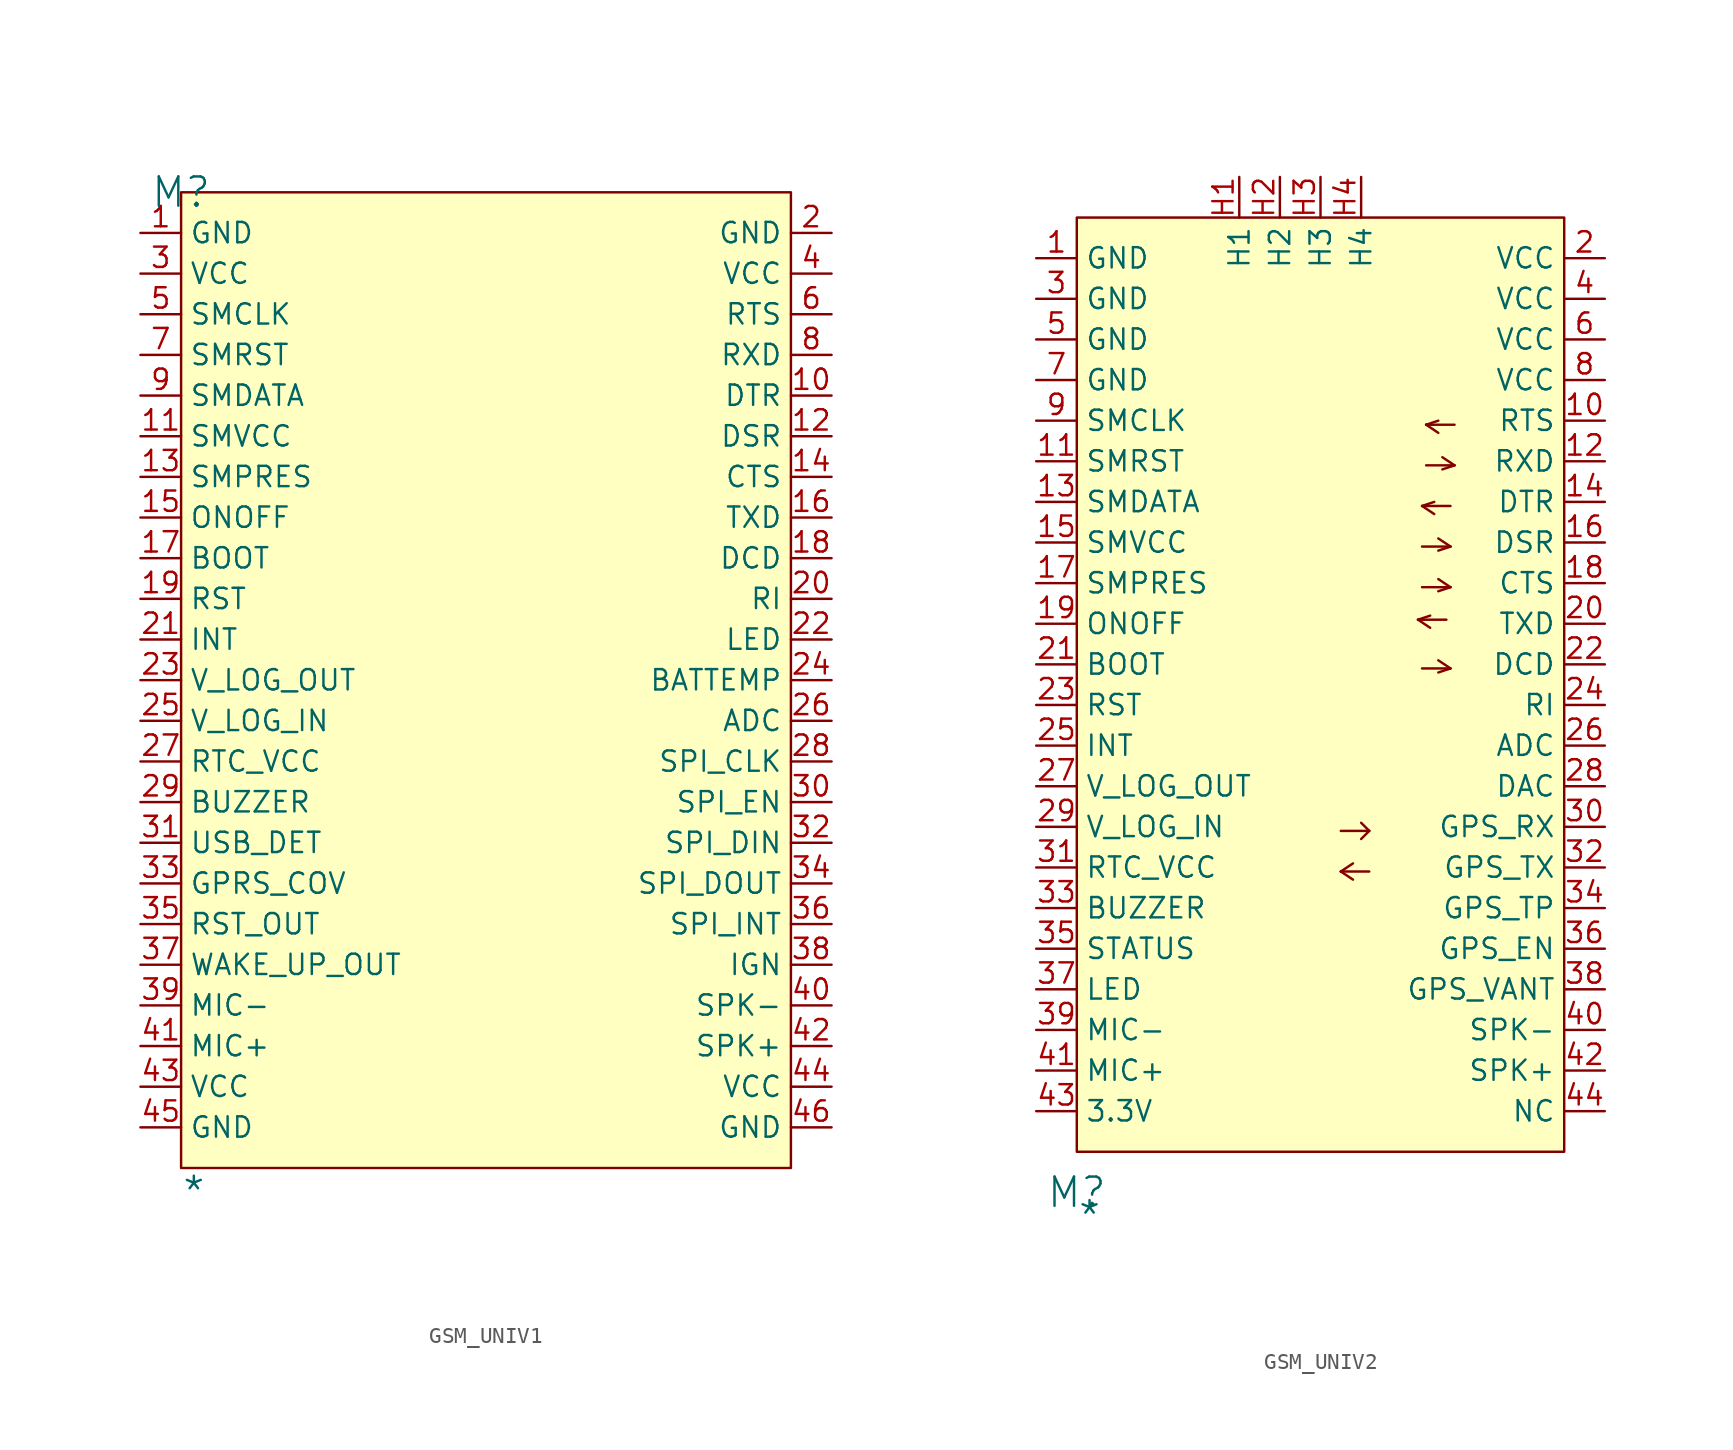
<source format=kicad_sym>
(kicad_symbol_lib
  (version 20241209)
  (generator "kicad_symbol_editor")
  (generator_version "9.0")
  (symbol "GSM_UNIV1"
    (property "Reference" "M"
      (at 0 0 0)
      (effects (font (size 1.829 1.829))))
    (property "Value" "*"
      (at 0 -63.5 0)
      (effects (font (size 1.829 1.829)) (justify left bottom)))
    (symbol "GSM_UNIV1_1_0"
      (rectangle (start 38.1 0) (end 0 -60.96) (stroke (width 0) (type solid) (color 128 0 0 1)) (fill (type background)))
      (pin passive line (at -2.54 -2.54 0) (length 2.54) (name "GND" (effects (font (size 1.27 1.27)))) (number "1" (effects (font (size 1.27 1.27)))))
      (pin passive line (at -2.54 -5.08 0) (length 2.54) (name "VCC" (effects (font (size 1.27 1.27)))) (number "3" (effects (font (size 1.27 1.27)))))
      (pin passive line (at -2.54 -7.62 0) (length 2.54) (name "SMCLK" (effects (font (size 1.27 1.27)))) (number "5" (effects (font (size 1.27 1.27)))))
      (pin passive line (at -2.54 -10.16 0) (length 2.54) (name "SMRST" (effects (font (size 1.27 1.27)))) (number "7" (effects (font (size 1.27 1.27)))))
      (pin passive line (at -2.54 -12.7 0) (length 2.54) (name "SMDATA" (effects (font (size 1.27 1.27)))) (number "9" (effects (font (size 1.27 1.27)))))
      (pin passive line (at -2.54 -15.24 0) (length 2.54) (name "SMVCC" (effects (font (size 1.27 1.27)))) (number "11" (effects (font (size 1.27 1.27)))))
      (pin passive line (at -2.54 -17.78 0) (length 2.54) (name "SMPRES" (effects (font (size 1.27 1.27)))) (number "13" (effects (font (size 1.27 1.27)))))
      (pin passive line (at -2.54 -20.32 0) (length 2.54) (name "ONOFF" (effects (font (size 1.27 1.27)))) (number "15" (effects (font (size 1.27 1.27)))))
      (pin passive line (at -2.54 -22.86 0) (length 2.54) (name "BOOT" (effects (font (size 1.27 1.27)))) (number "17" (effects (font (size 1.27 1.27)))))
      (pin passive line (at -2.54 -25.4 0) (length 2.54) (name "RST" (effects (font (size 1.27 1.27)))) (number "19" (effects (font (size 1.27 1.27)))))
      (pin passive line (at -2.54 -27.94 0) (length 2.54) (name "INT" (effects (font (size 1.27 1.27)))) (number "21" (effects (font (size 1.27 1.27)))))
      (pin passive line (at -2.54 -30.48 0) (length 2.54) (name "V_LOG_OUT" (effects (font (size 1.27 1.27)))) (number "23" (effects (font (size 1.27 1.27)))))
      (pin passive line (at -2.54 -33.02 0) (length 2.54) (name "V_LOG_IN" (effects (font (size 1.27 1.27)))) (number "25" (effects (font (size 1.27 1.27)))))
      (pin passive line (at -2.54 -35.56 0) (length 2.54) (name "RTC_VCC" (effects (font (size 1.27 1.27)))) (number "27" (effects (font (size 1.27 1.27)))))
      (pin passive line (at -2.54 -38.1 0) (length 2.54) (name "BUZZER" (effects (font (size 1.27 1.27)))) (number "29" (effects (font (size 1.27 1.27)))))
      (pin passive line (at -2.54 -40.64 0) (length 2.54) (name "USB_DET" (effects (font (size 1.27 1.27)))) (number "31" (effects (font (size 1.27 1.27)))))
      (pin passive line (at -2.54 -43.18 0) (length 2.54) (name "GPRS_COV" (effects (font (size 1.27 1.27)))) (number "33" (effects (font (size 1.27 1.27)))))
      (pin passive line (at -2.54 -45.72 0) (length 2.54) (name "RST_OUT" (effects (font (size 1.27 1.27)))) (number "35" (effects (font (size 1.27 1.27)))))
      (pin passive line (at -2.54 -48.26 0) (length 2.54) (name "WAKE_UP_OUT" (effects (font (size 1.27 1.27)))) (number "37" (effects (font (size 1.27 1.27)))))
      (pin passive line (at -2.54 -50.8 0) (length 2.54) (name "MIC-" (effects (font (size 1.27 1.27)))) (number "39" (effects (font (size 1.27 1.27)))))
      (pin passive line (at -2.54 -53.34 0) (length 2.54) (name "MIC+" (effects (font (size 1.27 1.27)))) (number "41" (effects (font (size 1.27 1.27)))))
      (pin passive line (at -2.54 -55.88 0) (length 2.54) (name "VCC" (effects (font (size 1.27 1.27)))) (number "43" (effects (font (size 1.27 1.27)))))
      (pin passive line (at -2.54 -58.42 0) (length 2.54) (name "GND" (effects (font (size 1.27 1.27)))) (number "45" (effects (font (size 1.27 1.27)))))
      (pin passive line (at 40.64 -2.54 180) (length 2.54) (name "GND" (effects (font (size 1.27 1.27)))) (number "2" (effects (font (size 1.27 1.27)))))
      (pin passive line (at 40.64 -5.08 180) (length 2.54) (name "VCC" (effects (font (size 1.27 1.27)))) (number "4" (effects (font (size 1.27 1.27)))))
      (pin passive line (at 40.64 -7.62 180) (length 2.54) (name "RTS" (effects (font (size 1.27 1.27)))) (number "6" (effects (font (size 1.27 1.27)))))
      (pin passive line (at 40.64 -10.16 180) (length 2.54) (name "RXD" (effects (font (size 1.27 1.27)))) (number "8" (effects (font (size 1.27 1.27)))))
      (pin passive line (at 40.64 -12.7 180) (length 2.54) (name "DTR" (effects (font (size 1.27 1.27)))) (number "10" (effects (font (size 1.27 1.27)))))
      (pin passive line (at 40.64 -15.24 180) (length 2.54) (name "DSR" (effects (font (size 1.27 1.27)))) (number "12" (effects (font (size 1.27 1.27)))))
      (pin passive line (at 40.64 -17.78 180) (length 2.54) (name "CTS" (effects (font (size 1.27 1.27)))) (number "14" (effects (font (size 1.27 1.27)))))
      (pin passive line (at 40.64 -20.32 180) (length 2.54) (name "TXD" (effects (font (size 1.27 1.27)))) (number "16" (effects (font (size 1.27 1.27)))))
      (pin passive line (at 40.64 -22.86 180) (length 2.54) (name "DCD" (effects (font (size 1.27 1.27)))) (number "18" (effects (font (size 1.27 1.27)))))
      (pin passive line (at 40.64 -25.4 180) (length 2.54) (name "RI" (effects (font (size 1.27 1.27)))) (number "20" (effects (font (size 1.27 1.27)))))
      (pin passive line (at 40.64 -27.94 180) (length 2.54) (name "LED" (effects (font (size 1.27 1.27)))) (number "22" (effects (font (size 1.27 1.27)))))
      (pin passive line (at 40.64 -30.48 180) (length 2.54) (name "BATTEMP" (effects (font (size 1.27 1.27)))) (number "24" (effects (font (size 1.27 1.27)))))
      (pin passive line (at 40.64 -33.02 180) (length 2.54) (name "ADC" (effects (font (size 1.27 1.27)))) (number "26" (effects (font (size 1.27 1.27)))))
      (pin passive line (at 40.64 -35.56 180) (length 2.54) (name "SPI_CLK" (effects (font (size 1.27 1.27)))) (number "28" (effects (font (size 1.27 1.27)))))
      (pin passive line (at 40.64 -38.1 180) (length 2.54) (name "SPI_EN" (effects (font (size 1.27 1.27)))) (number "30" (effects (font (size 1.27 1.27)))))
      (pin passive line (at 40.64 -40.64 180) (length 2.54) (name "SPI_DIN" (effects (font (size 1.27 1.27)))) (number "32" (effects (font (size 1.27 1.27)))))
      (pin passive line (at 40.64 -43.18 180) (length 2.54) (name "SPI_DOUT" (effects (font (size 1.27 1.27)))) (number "34" (effects (font (size 1.27 1.27)))))
      (pin passive line (at 40.64 -45.72 180) (length 2.54) (name "SPI_INT" (effects (font (size 1.27 1.27)))) (number "36" (effects (font (size 1.27 1.27)))))
      (pin passive line (at 40.64 -48.26 180) (length 2.54) (name "IGN" (effects (font (size 1.27 1.27)))) (number "38" (effects (font (size 1.27 1.27)))))
      (pin passive line (at 40.64 -50.8 180) (length 2.54) (name "SPK-" (effects (font (size 1.27 1.27)))) (number "40" (effects (font (size 1.27 1.27)))))
      (pin passive line (at 40.64 -53.34 180) (length 2.54) (name "SPK+" (effects (font (size 1.27 1.27)))) (number "42" (effects (font (size 1.27 1.27)))))
      (pin passive line (at 40.64 -55.88 180) (length 2.54) (name "VCC" (effects (font (size 1.27 1.27)))) (number "44" (effects (font (size 1.27 1.27)))))
      (pin passive line (at 40.64 -58.42 180) (length 2.54) (name "GND" (effects (font (size 1.27 1.27)))) (number "46" (effects (font (size 1.27 1.27)))))))
  (symbol "GSM_UNIV2"
    (property "Reference" "M"
      (at 0 -60.96 0)
      (effects (font (size 1.829 1.829))))
    (property "Value" "*"
      (at 0 -63.5 0)
      (effects (font (size 1.829 1.829)) (justify left bottom)))
    (symbol "GSM_UNIV2_1_0"
      (polyline (pts (xy 16.51 -38.354) (xy 18.288 -38.354)) (stroke (width 0) (type solid)) (fill (type none)))
      (polyline (pts (xy 16.51 -40.894) (xy 17.272 -40.386)) (stroke (width 0) (type solid)) (fill (type none)))
      (polyline (pts (xy 16.51 -40.894) (xy 17.272 -41.402)) (stroke (width 0) (type solid)) (fill (type none)))
      (polyline (pts (xy 18.288 -38.354) (xy 17.78 -37.846)) (stroke (width 0) (type solid)) (fill (type none)))
      (polyline (pts (xy 18.288 -38.354) (xy 17.78 -38.862)) (stroke (width 0) (type solid)) (fill (type none)))
      (polyline (pts (xy 18.288 -40.894) (xy 16.51 -40.894)) (stroke (width 0) (type solid)) (fill (type none)))
      (polyline (pts (xy 21.336 -25.146) (xy 22.098 -24.892)) (stroke (width 0) (type solid)) (fill (type none)))
      (polyline (pts (xy 21.336 -25.146) (xy 22.098 -25.654)) (stroke (width 0) (type solid)) (fill (type none)))
      (polyline (pts (xy 21.59 -18.034) (xy 22.352 -17.78)) (stroke (width 0) (type solid)) (fill (type none)))
      (polyline (pts (xy 21.59 -18.034) (xy 22.352 -18.542)) (stroke (width 0) (type solid)) (fill (type none)))
      (polyline (pts (xy 21.59 -20.574) (xy 23.368 -20.574)) (stroke (width 0) (type solid)) (fill (type none)))
      (polyline (pts (xy 21.59 -23.114) (xy 23.368 -23.114)) (stroke (width 0) (type solid)) (fill (type none)))
      (polyline (pts (xy 21.59 -28.194) (xy 23.368 -28.194)) (stroke (width 0) (type solid)) (fill (type none)))
      (polyline (pts (xy 21.844 -12.954) (xy 22.606 -12.7)) (stroke (width 0) (type solid)) (fill (type none)))
      (polyline (pts (xy 21.844 -12.954) (xy 22.606 -13.462)) (stroke (width 0) (type solid)) (fill (type none)))
      (polyline (pts (xy 21.844 -15.494) (xy 23.622 -15.494)) (stroke (width 0) (type solid)) (fill (type none)))
      (polyline (pts (xy 23.114 -25.146) (xy 21.336 -25.146)) (stroke (width 0) (type solid)) (fill (type none)))
      (polyline (pts (xy 23.368 -18.034) (xy 21.59 -18.034)) (stroke (width 0) (type solid)) (fill (type none)))
      (polyline (pts (xy 23.368 -20.574) (xy 22.606 -20.066)) (stroke (width 0) (type solid)) (fill (type none)))
      (polyline (pts (xy 23.368 -20.574) (xy 22.606 -20.828)) (stroke (width 0) (type solid)) (fill (type none)))
      (polyline (pts (xy 23.368 -23.114) (xy 22.606 -22.606)) (stroke (width 0) (type solid)) (fill (type none)))
      (polyline (pts (xy 23.368 -23.114) (xy 22.606 -23.368)) (stroke (width 0) (type solid)) (fill (type none)))
      (polyline (pts (xy 23.368 -28.194) (xy 22.606 -27.686)) (stroke (width 0) (type solid)) (fill (type none)))
      (polyline (pts (xy 23.368 -28.194) (xy 22.606 -28.448)) (stroke (width 0) (type solid)) (fill (type none)))
      (polyline (pts (xy 23.622 -12.954) (xy 21.844 -12.954)) (stroke (width 0) (type solid)) (fill (type none)))
      (polyline (pts (xy 23.622 -15.494) (xy 22.86 -14.986)) (stroke (width 0) (type solid)) (fill (type none)))
      (polyline (pts (xy 23.622 -15.494) (xy 22.86 -15.748)) (stroke (width 0) (type solid)) (fill (type none)))
      (rectangle (start 30.48 0) (end 0 -58.42) (stroke (width 0) (type solid) (color 128 0 0 1)) (fill (type background)))
      (pin passive line (at -2.54 -2.54 0) (length 2.54) (name "GND" (effects (font (size 1.27 1.27)))) (number "1" (effects (font (size 1.27 1.27)))))
      (pin passive line (at -2.54 -5.08 0) (length 2.54) (name "GND" (effects (font (size 1.27 1.27)))) (number "3" (effects (font (size 1.27 1.27)))))
      (pin passive line (at -2.54 -7.62 0) (length 2.54) (name "GND" (effects (font (size 1.27 1.27)))) (number "5" (effects (font (size 1.27 1.27)))))
      (pin passive line (at -2.54 -10.16 0) (length 2.54) (name "GND" (effects (font (size 1.27 1.27)))) (number "7" (effects (font (size 1.27 1.27)))))
      (pin passive line (at -2.54 -12.7 0) (length 2.54) (name "SMCLK" (effects (font (size 1.27 1.27)))) (number "9" (effects (font (size 1.27 1.27)))))
      (pin passive line (at -2.54 -15.24 0) (length 2.54) (name "SMRST" (effects (font (size 1.27 1.27)))) (number "11" (effects (font (size 1.27 1.27)))))
      (pin passive line (at -2.54 -17.78 0) (length 2.54) (name "SMDATA" (effects (font (size 1.27 1.27)))) (number "13" (effects (font (size 1.27 1.27)))))
      (pin passive line (at -2.54 -20.32 0) (length 2.54) (name "SMVCC" (effects (font (size 1.27 1.27)))) (number "15" (effects (font (size 1.27 1.27)))))
      (pin passive line (at -2.54 -22.86 0) (length 2.54) (name "SMPRES" (effects (font (size 1.27 1.27)))) (number "17" (effects (font (size 1.27 1.27)))))
      (pin passive line (at -2.54 -25.4 0) (length 2.54) (name "ONOFF" (effects (font (size 1.27 1.27)))) (number "19" (effects (font (size 1.27 1.27)))))
      (pin passive line (at -2.54 -27.94 0) (length 2.54) (name "BOOT" (effects (font (size 1.27 1.27)))) (number "21" (effects (font (size 1.27 1.27)))))
      (pin passive line (at -2.54 -30.48 0) (length 2.54) (name "RST" (effects (font (size 1.27 1.27)))) (number "23" (effects (font (size 1.27 1.27)))))
      (pin passive line (at -2.54 -33.02 0) (length 2.54) (name "INT" (effects (font (size 1.27 1.27)))) (number "25" (effects (font (size 1.27 1.27)))))
      (pin passive line (at -2.54 -35.56 0) (length 2.54) (name "V_LOG_OUT" (effects (font (size 1.27 1.27)))) (number "27" (effects (font (size 1.27 1.27)))))
      (pin passive line (at -2.54 -38.1 0) (length 2.54) (name "V_LOG_IN" (effects (font (size 1.27 1.27)))) (number "29" (effects (font (size 1.27 1.27)))))
      (pin passive line (at -2.54 -40.64 0) (length 2.54) (name "RTC_VCC" (effects (font (size 1.27 1.27)))) (number "31" (effects (font (size 1.27 1.27)))))
      (pin passive line (at -2.54 -43.18 0) (length 2.54) (name "BUZZER" (effects (font (size 1.27 1.27)))) (number "33" (effects (font (size 1.27 1.27)))))
      (pin passive line (at -2.54 -45.72 0) (length 2.54) (name "STATUS" (effects (font (size 1.27 1.27)))) (number "35" (effects (font (size 1.27 1.27)))))
      (pin passive line (at -2.54 -48.26 0) (length 2.54) (name "LED" (effects (font (size 1.27 1.27)))) (number "37" (effects (font (size 1.27 1.27)))))
      (pin passive line (at -2.54 -50.8 0) (length 2.54) (name "MIC-" (effects (font (size 1.27 1.27)))) (number "39" (effects (font (size 1.27 1.27)))))
      (pin passive line (at -2.54 -53.34 0) (length 2.54) (name "MIC+" (effects (font (size 1.27 1.27)))) (number "41" (effects (font (size 1.27 1.27)))))
      (pin passive line (at -2.54 -55.88 0) (length 2.54) (name "3.3V" (effects (font (size 1.27 1.27)))) (number "43" (effects (font (size 1.27 1.27)))))
      (pin passive line (at 10.16 2.54 270) (length 2.54) (name "H1" (effects (font (size 1.27 1.27)))) (number "H1" (effects (font (size 1.27 1.27)))))
      (pin passive line (at 12.7 2.54 270) (length 2.54) (name "H2" (effects (font (size 1.27 1.27)))) (number "H2" (effects (font (size 1.27 1.27)))))
      (pin passive line (at 15.24 2.54 270) (length 2.54) (name "H3" (effects (font (size 1.27 1.27)))) (number "H3" (effects (font (size 1.27 1.27)))))
      (pin passive line (at 17.78 2.54 270) (length 2.54) (name "H4" (effects (font (size 1.27 1.27)))) (number "H4" (effects (font (size 1.27 1.27)))))
      (pin passive line (at 33.02 -2.54 180) (length 2.54) (name "VCC" (effects (font (size 1.27 1.27)))) (number "2" (effects (font (size 1.27 1.27)))))
      (pin passive line (at 33.02 -5.08 180) (length 2.54) (name "VCC" (effects (font (size 1.27 1.27)))) (number "4" (effects (font (size 1.27 1.27)))))
      (pin passive line (at 33.02 -7.62 180) (length 2.54) (name "VCC" (effects (font (size 1.27 1.27)))) (number "6" (effects (font (size 1.27 1.27)))))
      (pin passive line (at 33.02 -10.16 180) (length 2.54) (name "VCC" (effects (font (size 1.27 1.27)))) (number "8" (effects (font (size 1.27 1.27)))))
      (pin passive line (at 33.02 -12.7 180) (length 2.54) (name "RTS" (effects (font (size 1.27 1.27)))) (number "10" (effects (font (size 1.27 1.27)))))
      (pin passive line (at 33.02 -15.24 180) (length 2.54) (name "RXD" (effects (font (size 1.27 1.27)))) (number "12" (effects (font (size 1.27 1.27)))))
      (pin passive line (at 33.02 -17.78 180) (length 2.54) (name "DTR" (effects (font (size 1.27 1.27)))) (number "14" (effects (font (size 1.27 1.27)))))
      (pin passive line (at 33.02 -20.32 180) (length 2.54) (name "DSR" (effects (font (size 1.27 1.27)))) (number "16" (effects (font (size 1.27 1.27)))))
      (pin passive line (at 33.02 -22.86 180) (length 2.54) (name "CTS" (effects (font (size 1.27 1.27)))) (number "18" (effects (font (size 1.27 1.27)))))
      (pin passive line (at 33.02 -25.4 180) (length 2.54) (name "TXD" (effects (font (size 1.27 1.27)))) (number "20" (effects (font (size 1.27 1.27)))))
      (pin passive line (at 33.02 -27.94 180) (length 2.54) (name "DCD" (effects (font (size 1.27 1.27)))) (number "22" (effects (font (size 1.27 1.27)))))
      (pin passive line (at 33.02 -30.48 180) (length 2.54) (name "RI" (effects (font (size 1.27 1.27)))) (number "24" (effects (font (size 1.27 1.27)))))
      (pin passive line (at 33.02 -33.02 180) (length 2.54) (name "ADC" (effects (font (size 1.27 1.27)))) (number "26" (effects (font (size 1.27 1.27)))))
      (pin passive line (at 33.02 -35.56 180) (length 2.54) (name "DAC" (effects (font (size 1.27 1.27)))) (number "28" (effects (font (size 1.27 1.27)))))
      (pin passive line (at 33.02 -38.1 180) (length 2.54) (name "GPS_RX" (effects (font (size 1.27 1.27)))) (number "30" (effects (font (size 1.27 1.27)))))
      (pin passive line (at 33.02 -40.64 180) (length 2.54) (name "GPS_TX" (effects (font (size 1.27 1.27)))) (number "32" (effects (font (size 1.27 1.27)))))
      (pin passive line (at 33.02 -43.18 180) (length 2.54) (name "GPS_TP" (effects (font (size 1.27 1.27)))) (number "34" (effects (font (size 1.27 1.27)))))
      (pin passive line (at 33.02 -45.72 180) (length 2.54) (name "GPS_EN" (effects (font (size 1.27 1.27)))) (number "36" (effects (font (size 1.27 1.27)))))
      (pin passive line (at 33.02 -48.26 180) (length 2.54) (name "GPS_VANT" (effects (font (size 1.27 1.27)))) (number "38" (effects (font (size 1.27 1.27)))))
      (pin passive line (at 33.02 -50.8 180) (length 2.54) (name "SPK-" (effects (font (size 1.27 1.27)))) (number "40" (effects (font (size 1.27 1.27)))))
      (pin passive line (at 33.02 -53.34 180) (length 2.54) (name "SPK+" (effects (font (size 1.27 1.27)))) (number "42" (effects (font (size 1.27 1.27)))))
      (pin passive line (at 33.02 -55.88 180) (length 2.54) (name "NC" (effects (font (size 1.27 1.27)))) (number "44" (effects (font (size 1.27 1.27))))))))
</source>
